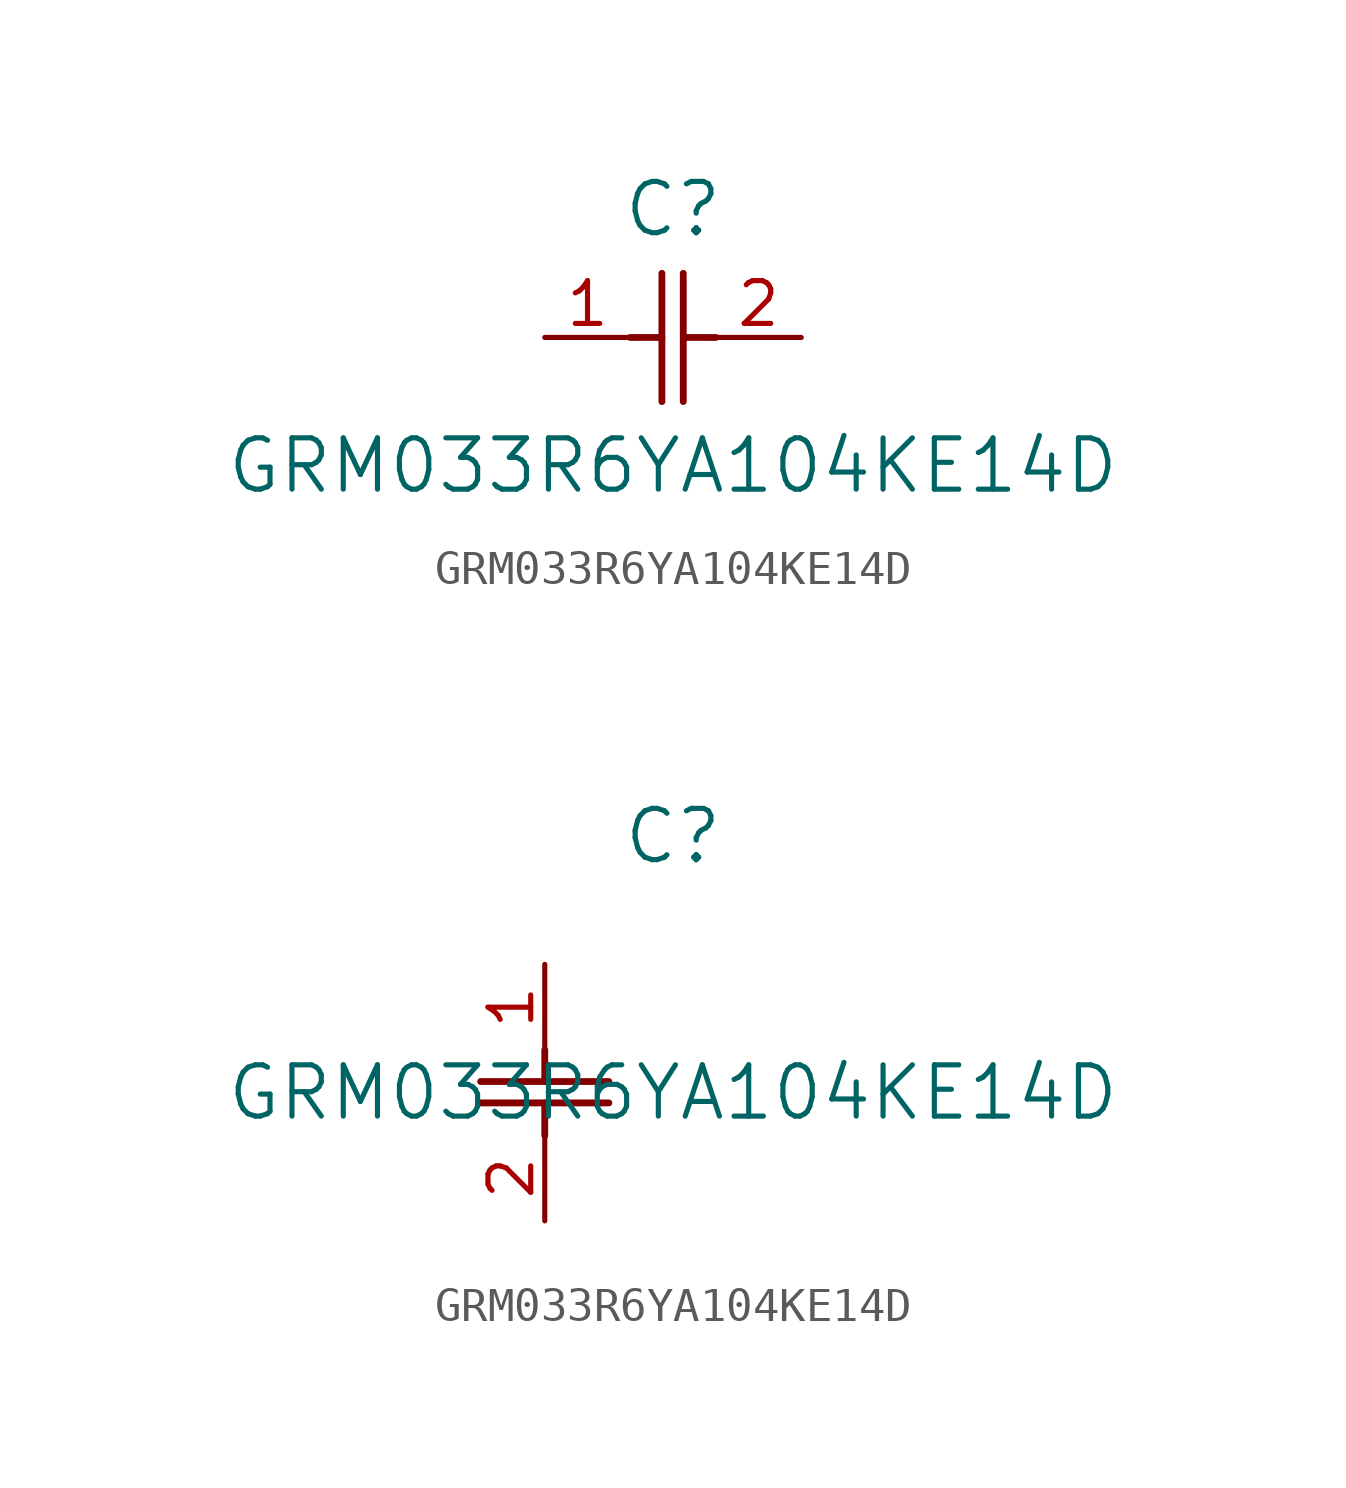
<source format=kicad_sym>
(kicad_symbol_lib
  (version 20211014)
  (generator kicad_symbol_editor)
  (symbol "GRM033R6YA104KE14D"
    (pin_names
      (offset 0.254))
    (property "Reference" "C"
      (at 3.81 3.81 0)
      (effects (font (size 1.524 1.524))))
    (property "Value" "GRM033R6YA104KE14D"
      (at 3.81 -3.81 0)
      (effects (font (size 1.524 1.524))))
    (symbol "GRM033R6YA104KE14D_1_1"
      (polyline (pts (xy 3.48 -1.905) (xy 3.48 1.905)) (stroke (width 0.203) (type default) (color 0 0 0 0)) (fill (type none)))
      (polyline (pts (xy 4.115 -1.905) (xy 4.115 1.905)) (stroke (width 0.203) (type default) (color 0 0 0 0)) (fill (type none)))
      (polyline (pts (xy 4.115 0) (xy 5.08 0)) (stroke (width 0.203) (type default) (color 0 0 0 0)) (fill (type none)))
      (polyline (pts (xy 2.54 0) (xy 3.48 0)) (stroke (width 0.203) (type default) (color 0 0 0 0)) (fill (type none)))
      (pin unspecified line (at 0 0 0) (length 2.54) (name "" (effects (font (size 1.27 1.27)))) (number "1" (effects (font (size 1.27 1.27)))))
      (pin unspecified line (at 7.62 0 180) (length 2.54) (name "" (effects (font (size 1.27 1.27)))) (number "2" (effects (font (size 1.27 1.27))))))
    (symbol "GRM033R6YA104KE14D_1_2"
      (polyline (pts (xy -1.905 -3.48) (xy 1.905 -3.48)) (stroke (width 0.203) (type default) (color 0 0 0 0)) (fill (type none)))
      (polyline (pts (xy -1.905 -4.115) (xy 1.905 -4.115)) (stroke (width 0.203) (type default) (color 0 0 0 0)) (fill (type none)))
      (polyline (pts (xy 0 -4.115) (xy 0 -5.08)) (stroke (width 0.203) (type default) (color 0 0 0 0)) (fill (type none)))
      (polyline (pts (xy 0 -2.54) (xy 0 -3.48)) (stroke (width 0.203) (type default) (color 0 0 0 0)) (fill (type none)))
      (pin unspecified line (at 0 0 270) (length 2.54) (name "" (effects (font (size 1.27 1.27)))) (number "1" (effects (font (size 1.27 1.27)))))
      (pin unspecified line (at 0 -7.62 90) (length 2.54) (name "" (effects (font (size 1.27 1.27)))) (number "2" (effects (font (size 1.27 1.27))))))))
</source>
